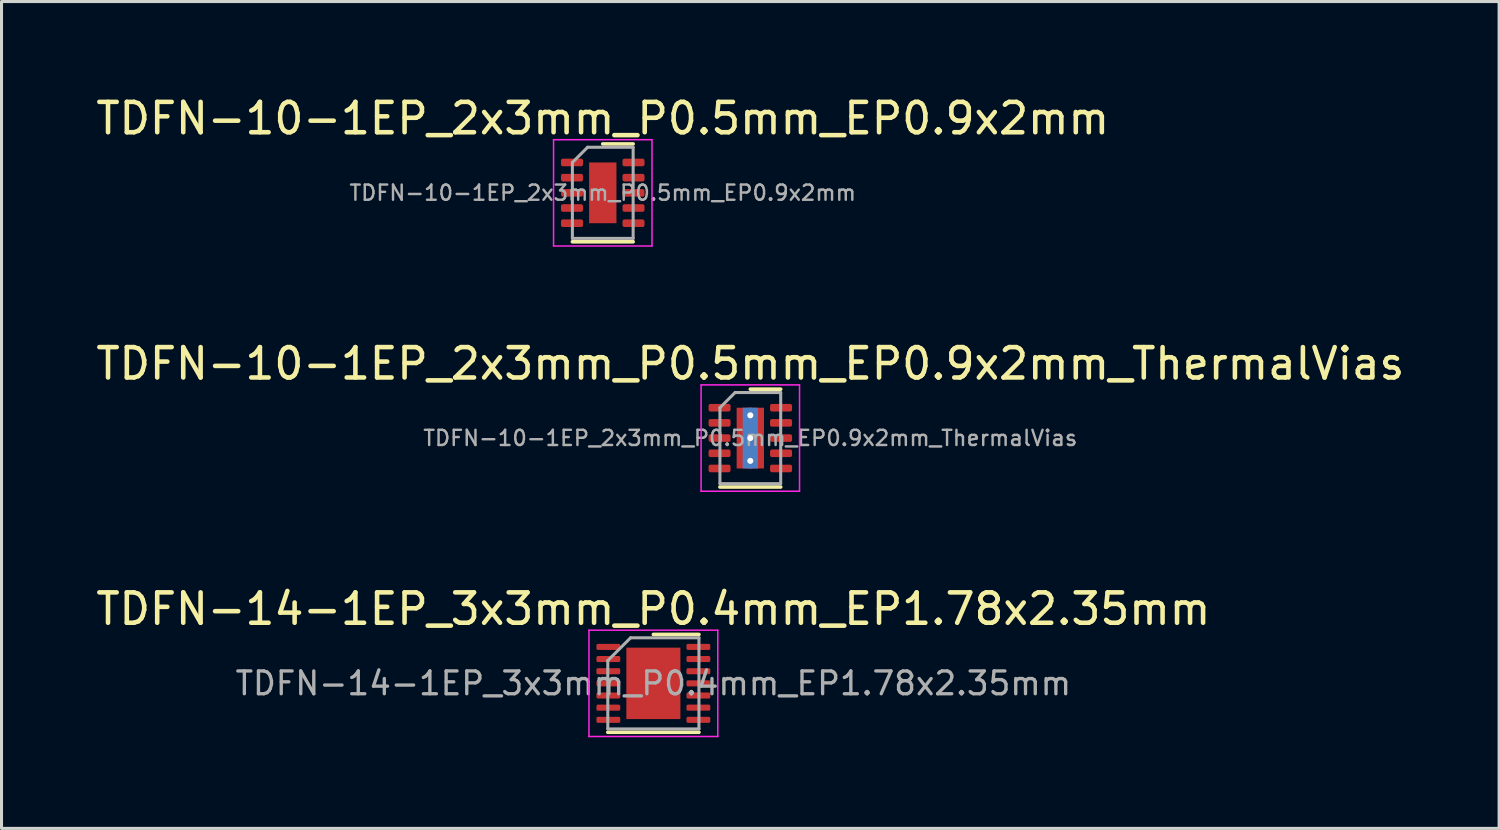
<source format=kicad_pcb>
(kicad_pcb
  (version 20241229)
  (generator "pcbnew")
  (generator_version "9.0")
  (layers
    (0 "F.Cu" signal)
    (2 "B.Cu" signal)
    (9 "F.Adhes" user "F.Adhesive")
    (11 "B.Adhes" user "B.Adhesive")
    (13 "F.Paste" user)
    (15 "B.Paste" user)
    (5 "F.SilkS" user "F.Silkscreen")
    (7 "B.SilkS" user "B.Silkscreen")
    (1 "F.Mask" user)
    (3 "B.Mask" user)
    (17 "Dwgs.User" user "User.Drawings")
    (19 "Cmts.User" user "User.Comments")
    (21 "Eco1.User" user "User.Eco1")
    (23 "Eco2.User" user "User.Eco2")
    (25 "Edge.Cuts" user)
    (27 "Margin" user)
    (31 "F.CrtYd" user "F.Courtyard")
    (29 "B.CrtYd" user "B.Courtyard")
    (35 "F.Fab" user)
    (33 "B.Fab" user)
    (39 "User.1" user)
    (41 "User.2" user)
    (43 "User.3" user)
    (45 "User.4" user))
  (footprint "TDFN-14-1EP_3x3mm_P0.4mm_EP1.78x2.35mm"
    (layer "F.Cu")
    (at 18.458 19.445)
    (property "Reference" "TDFN-14-1EP_3x3mm_P0.4mm_EP1.78x2.35mm" (at 0 -2.45 0) (layer "F.SilkS") (effects (font (size 1 1) (thickness 0.15))))
    (attr smd)
    (fp_line (start -1.5 1.61) (end 1.5 1.61) (stroke (width 0.12) (type solid)) (layer "F.SilkS"))
    (fp_line (start 0 -1.61) (end 1.5 -1.61) (stroke (width 0.12) (type solid)) (layer "F.SilkS"))
    (fp_line (start -2.12 -1.75) (end -2.12 1.75) (stroke (width 0.05) (type solid)) (layer "F.CrtYd"))
    (fp_line (start -2.12 1.75) (end 2.12 1.75) (stroke (width 0.05) (type solid)) (layer "F.CrtYd"))
    (fp_line (start 2.12 -1.75) (end -2.12 -1.75) (stroke (width 0.05) (type solid)) (layer "F.CrtYd"))
    (fp_line (start 2.12 1.75) (end 2.12 -1.75) (stroke (width 0.05) (type solid)) (layer "F.CrtYd"))
    (fp_line (start -1.5 -0.75) (end -0.75 -1.5) (stroke (width 0.1) (type solid)) (layer "F.Fab"))
    (fp_line (start -1.5 1.5) (end -1.5 -0.75) (stroke (width 0.1) (type solid)) (layer "F.Fab"))
    (fp_line (start -0.75 -1.5) (end 1.5 -1.5) (stroke (width 0.1) (type solid)) (layer "F.Fab"))
    (fp_line (start 1.5 -1.5) (end 1.5 1.5) (stroke (width 0.1) (type solid)) (layer "F.Fab"))
    (fp_line (start 1.5 1.5) (end -1.5 1.5) (stroke (width 0.1) (type solid)) (layer "F.Fab"))
    (fp_text user "${REFERENCE}" (at 0 0 0) (layer "F.Fab") (effects (font (size 0.75 0.75) (thickness 0.11))))
    (pad "" smd roundrect (at -0.445 -0.59) (size 0.72 0.95) (layers "F.Paste") (roundrect_rratio 0.25))
    (pad "" smd roundrect (at -0.445 0.59) (size 0.72 0.95) (layers "F.Paste") (roundrect_rratio 0.25))
    (pad "" smd roundrect (at 0.445 -0.59) (size 0.72 0.95) (layers "F.Paste") (roundrect_rratio 0.25))
    (pad "" smd roundrect (at 0.445 0.59) (size 0.72 0.95) (layers "F.Paste") (roundrect_rratio 0.25))
    (pad "1" smd roundrect (at -1.482 -1.2) (size 0.785 0.2) (layers "F.Cu" "F.Mask" "F.Paste") (roundrect_rratio 0.25))
    (pad "2" smd roundrect (at -1.482 -0.8) (size 0.785 0.2) (layers "F.Cu" "F.Mask" "F.Paste") (roundrect_rratio 0.25))
    (pad "3" smd roundrect (at -1.482 -0.4) (size 0.785 0.2) (layers "F.Cu" "F.Mask" "F.Paste") (roundrect_rratio 0.25))
    (pad "4" smd roundrect (at -1.482 0) (size 0.785 0.2) (layers "F.Cu" "F.Mask" "F.Paste") (roundrect_rratio 0.25))
    (pad "5" smd roundrect (at -1.482 0.4) (size 0.785 0.2) (layers "F.Cu" "F.Mask" "F.Paste") (roundrect_rratio 0.25))
    (pad "6" smd roundrect (at -1.482 0.8) (size 0.785 0.2) (layers "F.Cu" "F.Mask" "F.Paste") (roundrect_rratio 0.25))
    (pad "7" smd roundrect (at -1.482 1.2) (size 0.785 0.2) (layers "F.Cu" "F.Mask" "F.Paste") (roundrect_rratio 0.25))
    (pad "8" smd roundrect (at 1.482 1.2) (size 0.785 0.2) (layers "F.Cu" "F.Mask" "F.Paste") (roundrect_rratio 0.25))
    (pad "9" smd roundrect (at 1.482 0.8) (size 0.785 0.2) (layers "F.Cu" "F.Mask" "F.Paste") (roundrect_rratio 0.25))
    (pad "10" smd roundrect (at 1.482 0.4) (size 0.785 0.2) (layers "F.Cu" "F.Mask" "F.Paste") (roundrect_rratio 0.25))
    (pad "11" smd roundrect (at 1.482 0) (size 0.785 0.2) (layers "F.Cu" "F.Mask" "F.Paste") (roundrect_rratio 0.25))
    (pad "12" smd roundrect (at 1.482 -0.4) (size 0.785 0.2) (layers "F.Cu" "F.Mask" "F.Paste") (roundrect_rratio 0.25))
    (pad "13" smd roundrect (at 1.482 -0.8) (size 0.785 0.2) (layers "F.Cu" "F.Mask" "F.Paste") (roundrect_rratio 0.25))
    (pad "14" smd roundrect (at 1.482 -1.2) (size 0.785 0.2) (layers "F.Cu" "F.Mask" "F.Paste") (roundrect_rratio 0.25))
    (pad "15" smd rect (at 0 0) (size 1.78 2.35) (layers "F.Cu" "F.Mask")))
  (footprint "TDFN-10-1EP_2x3mm_P0.5mm_EP0.9x2mm"
    (layer "F.Cu")
    (at 16.792 3.298)
    (property "Reference" "TDFN-10-1EP_2x3mm_P0.5mm_EP0.9x2mm" (at 0 -2.45 0) (layer "F.SilkS") (effects (font (size 1 1) (thickness 0.15))))
    (attr smd)
    (fp_line (start -1 1.61) (end 1 1.61) (stroke (width 0.12) (type solid)) (layer "F.SilkS"))
    (fp_line (start 0 -1.61) (end 1 -1.61) (stroke (width 0.12) (type solid)) (layer "F.SilkS"))
    (fp_line (start -1.62 -1.75) (end -1.62 1.75) (stroke (width 0.05) (type solid)) (layer "F.CrtYd"))
    (fp_line (start -1.62 1.75) (end 1.62 1.75) (stroke (width 0.05) (type solid)) (layer "F.CrtYd"))
    (fp_line (start 1.62 -1.75) (end -1.62 -1.75) (stroke (width 0.05) (type solid)) (layer "F.CrtYd"))
    (fp_line (start 1.62 1.75) (end 1.62 -1.75) (stroke (width 0.05) (type solid)) (layer "F.CrtYd"))
    (fp_line (start -1 -1) (end -0.5 -1.5) (stroke (width 0.1) (type solid)) (layer "F.Fab"))
    (fp_line (start -1 1.5) (end -1 -1) (stroke (width 0.1) (type solid)) (layer "F.Fab"))
    (fp_line (start -0.5 -1.5) (end 1 -1.5) (stroke (width 0.1) (type solid)) (layer "F.Fab"))
    (fp_line (start 1 -1.5) (end 1 1.5) (stroke (width 0.1) (type solid)) (layer "F.Fab"))
    (fp_line (start 1 1.5) (end -1 1.5) (stroke (width 0.1) (type solid)) (layer "F.Fab"))
    (fp_text user "${REFERENCE}" (at 0 0 0) (layer "F.Fab") (effects (font (size 0.5 0.5) (thickness 0.08))))
    (pad "" smd roundrect (at -0.225 -0.5) (size 0.36 0.81) (layers "F.Paste") (roundrect_rratio 0.25))
    (pad "" smd roundrect (at -0.225 0.5) (size 0.36 0.81) (layers "F.Paste") (roundrect_rratio 0.25))
    (pad "" smd roundrect (at 0.225 -0.5) (size 0.36 0.81) (layers "F.Paste") (roundrect_rratio 0.25))
    (pad "" smd roundrect (at 0.225 0.5) (size 0.36 0.81) (layers "F.Paste") (roundrect_rratio 0.25))
    (pad "1" smd roundrect (at -1.012 -1) (size 0.725 0.25) (layers "F.Cu" "F.Mask" "F.Paste") (roundrect_rratio 0.25))
    (pad "2" smd roundrect (at -1.012 -0.5) (size 0.725 0.25) (layers "F.Cu" "F.Mask" "F.Paste") (roundrect_rratio 0.25))
    (pad "3" smd roundrect (at -1.012 0) (size 0.725 0.25) (layers "F.Cu" "F.Mask" "F.Paste") (roundrect_rratio 0.25))
    (pad "4" smd roundrect (at -1.012 0.5) (size 0.725 0.25) (layers "F.Cu" "F.Mask" "F.Paste") (roundrect_rratio 0.25))
    (pad "5" smd roundrect (at -1.012 1) (size 0.725 0.25) (layers "F.Cu" "F.Mask" "F.Paste") (roundrect_rratio 0.25))
    (pad "6" smd roundrect (at 1.012 1) (size 0.725 0.25) (layers "F.Cu" "F.Mask" "F.Paste") (roundrect_rratio 0.25))
    (pad "7" smd roundrect (at 1.012 0.5) (size 0.725 0.25) (layers "F.Cu" "F.Mask" "F.Paste") (roundrect_rratio 0.25))
    (pad "8" smd roundrect (at 1.012 0) (size 0.725 0.25) (layers "F.Cu" "F.Mask" "F.Paste") (roundrect_rratio 0.25))
    (pad "9" smd roundrect (at 1.012 -0.5) (size 0.725 0.25) (layers "F.Cu" "F.Mask" "F.Paste") (roundrect_rratio 0.25))
    (pad "10" smd roundrect (at 1.012 -1) (size 0.725 0.25) (layers "F.Cu" "F.Mask" "F.Paste") (roundrect_rratio 0.25))
    (pad "11" smd rect (at 0 0) (size 0.9 2) (layers "F.Cu" "F.Mask")))
  (footprint "TDFN-10-1EP_2x3mm_P0.5mm_EP0.9x2mm_ThermalVias"
    (layer "F.Cu")
    (at 21.649 11.371)
    (property "Reference" "TDFN-10-1EP_2x3mm_P0.5mm_EP0.9x2mm_ThermalVias" (at 0 -2.45 0) (layer "F.SilkS") (effects (font (size 1 1) (thickness 0.15))))
    (attr smd)
    (fp_line (start -1 1.61) (end 1 1.61) (stroke (width 0.12) (type solid)) (layer "F.SilkS"))
    (fp_line (start 0 -1.61) (end 1 -1.61) (stroke (width 0.12) (type solid)) (layer "F.SilkS"))
    (fp_line (start -1.62 -1.75) (end -1.62 1.75) (stroke (width 0.05) (type solid)) (layer "F.CrtYd"))
    (fp_line (start -1.62 1.75) (end 1.62 1.75) (stroke (width 0.05) (type solid)) (layer "F.CrtYd"))
    (fp_line (start 1.62 -1.75) (end -1.62 -1.75) (stroke (width 0.05) (type solid)) (layer "F.CrtYd"))
    (fp_line (start 1.62 1.75) (end 1.62 -1.75) (stroke (width 0.05) (type solid)) (layer "F.CrtYd"))
    (fp_line (start -1 -1) (end -0.5 -1.5) (stroke (width 0.1) (type solid)) (layer "F.Fab"))
    (fp_line (start -1 1.5) (end -1 -1) (stroke (width 0.1) (type solid)) (layer "F.Fab"))
    (fp_line (start -0.5 -1.5) (end 1 -1.5) (stroke (width 0.1) (type solid)) (layer "F.Fab"))
    (fp_line (start 1 -1.5) (end 1 1.5) (stroke (width 0.1) (type solid)) (layer "F.Fab"))
    (fp_line (start 1 1.5) (end -1 1.5) (stroke (width 0.1) (type solid)) (layer "F.Fab"))
    (fp_text user "${REFERENCE}" (at 0 0 0) (layer "F.Fab") (effects (font (size 0.5 0.5) (thickness 0.08))))
    (pad "" smd roundrect (at -0.225 -0.5) (size 0.36 0.81) (layers "F.Paste") (roundrect_rratio 0.25))
    (pad "" smd roundrect (at -0.225 0.5) (size 0.36 0.81) (layers "F.Paste") (roundrect_rratio 0.25))
    (pad "" smd roundrect (at 0.225 -0.5) (size 0.36 0.81) (layers "F.Paste") (roundrect_rratio 0.25))
    (pad "" smd roundrect (at 0.225 0.5) (size 0.36 0.81) (layers "F.Paste") (roundrect_rratio 0.25))
    (pad "1" smd roundrect (at -1.012 -1) (size 0.725 0.25) (layers "F.Cu" "F.Mask" "F.Paste") (roundrect_rratio 0.25))
    (pad "2" smd roundrect (at -1.012 -0.5) (size 0.725 0.25) (layers "F.Cu" "F.Mask" "F.Paste") (roundrect_rratio 0.25))
    (pad "3" smd roundrect (at -1.012 0) (size 0.725 0.25) (layers "F.Cu" "F.Mask" "F.Paste") (roundrect_rratio 0.25))
    (pad "4" smd roundrect (at -1.012 0.5) (size 0.725 0.25) (layers "F.Cu" "F.Mask" "F.Paste") (roundrect_rratio 0.25))
    (pad "5" smd roundrect (at -1.012 1) (size 0.725 0.25) (layers "F.Cu" "F.Mask" "F.Paste") (roundrect_rratio 0.25))
    (pad "6" smd roundrect (at 1.012 1) (size 0.725 0.25) (layers "F.Cu" "F.Mask" "F.Paste") (roundrect_rratio 0.25))
    (pad "7" smd roundrect (at 1.012 0.5) (size 0.725 0.25) (layers "F.Cu" "F.Mask" "F.Paste") (roundrect_rratio 0.25))
    (pad "8" smd roundrect (at 1.012 0) (size 0.725 0.25) (layers "F.Cu" "F.Mask" "F.Paste") (roundrect_rratio 0.25))
    (pad "9" smd roundrect (at 1.012 -0.5) (size 0.725 0.25) (layers "F.Cu" "F.Mask" "F.Paste") (roundrect_rratio 0.25))
    (pad "10" smd roundrect (at 1.012 -1) (size 0.725 0.25) (layers "F.Cu" "F.Mask" "F.Paste") (roundrect_rratio 0.25))
    (pad "11" thru_hole circle (at 0 -0.75) (size 0.5 0.5) (drill 0.2) (layers "*.Cu"))
    (pad "11" thru_hole circle (at 0 0) (size 0.5 0.5) (drill 0.2) (layers "*.Cu"))
    (pad "11" smd rect (at 0 0) (size 0.5 2) (layers "B.Cu"))
    (pad "11" smd rect (at 0 0) (size 0.9 2) (layers "F.Cu" "F.Mask"))
    (pad "11" thru_hole circle (at 0 0.75) (size 0.5 0.5) (drill 0.2) (layers "*.Cu")))
  (gr_rect
    (start -3 -3)
    (end 46.298 24.22)
    (stroke (width 0.1) (type default))
    (fill no)
    (layer "Edge.Cuts")))
</source>
